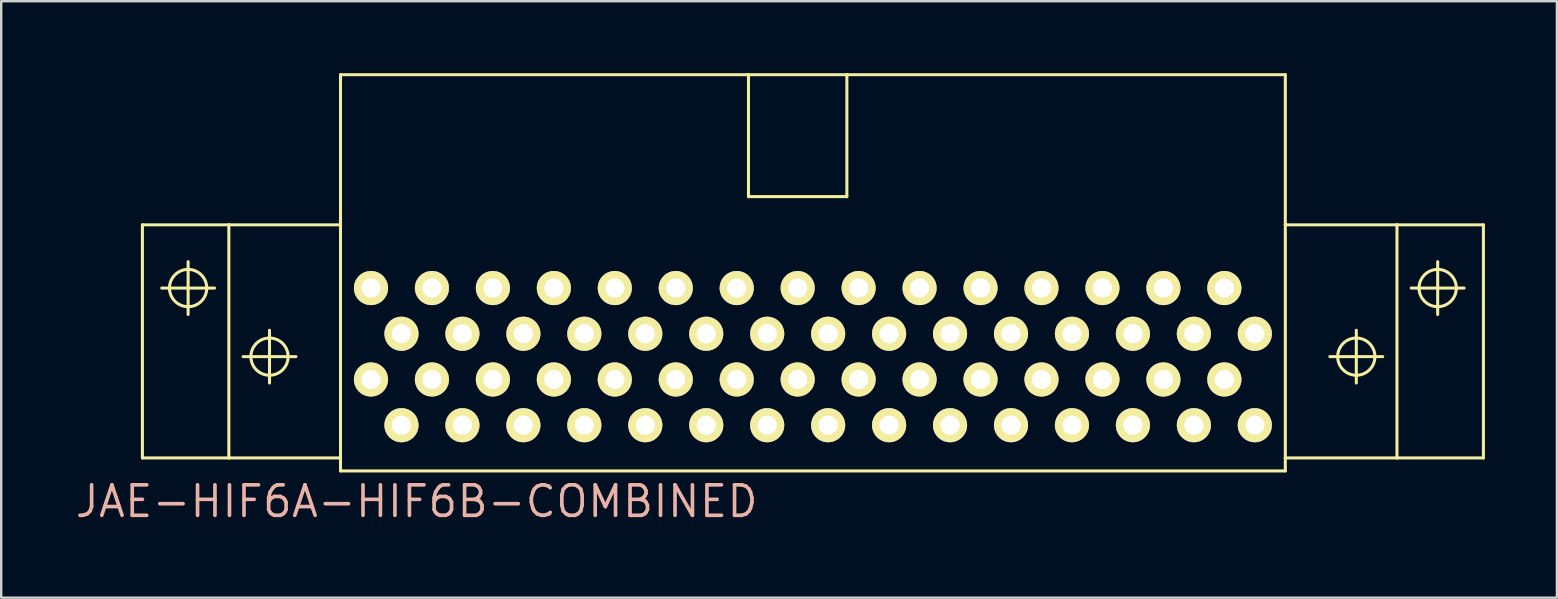
<source format=kicad_pcb>
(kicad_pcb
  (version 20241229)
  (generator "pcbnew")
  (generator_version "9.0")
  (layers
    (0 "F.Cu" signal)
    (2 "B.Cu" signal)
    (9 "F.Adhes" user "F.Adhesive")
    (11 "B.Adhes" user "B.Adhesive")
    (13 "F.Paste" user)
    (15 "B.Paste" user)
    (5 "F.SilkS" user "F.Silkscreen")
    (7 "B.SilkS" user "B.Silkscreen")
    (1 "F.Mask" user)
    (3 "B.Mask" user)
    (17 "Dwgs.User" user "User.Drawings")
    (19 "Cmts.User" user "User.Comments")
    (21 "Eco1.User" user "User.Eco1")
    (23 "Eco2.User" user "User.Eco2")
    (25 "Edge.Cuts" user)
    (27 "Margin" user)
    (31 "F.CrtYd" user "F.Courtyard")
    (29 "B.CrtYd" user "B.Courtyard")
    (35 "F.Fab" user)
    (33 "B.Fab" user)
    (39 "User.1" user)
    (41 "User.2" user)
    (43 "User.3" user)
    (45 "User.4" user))
  (footprint "JAE-HIF6A-HIF6B-COMBINED"
    (layer "F.Cu")
    (at 30.189 11.493)
    (property "Reference" "JAE-HIF6A-HIF6B-COMBINED" (at -15.875 6.35 0) (layer "B.SilkS") (effects (font (size 1.27 1.27) (thickness 0.152))))
    (attr exclude_from_pos_files exclude_from_bom)
    (fp_line (start -27.305 -5.174) (end -23.703 -5.174) (stroke (width 0.127) (type solid)) (layer "F.SilkS"))
    (fp_line (start -27.305 4.539) (end -27.305 -5.174) (stroke (width 0.127) (type solid)) (layer "F.SilkS"))
    (fp_line (start -26.5 -2.54) (end -24.298 -2.54) (stroke (width 0.127) (type solid)) (layer "F.SilkS"))
    (fp_line (start -25.4 -1.438) (end -25.4 -3.64) (stroke (width 0.127) (type solid)) (layer "F.SilkS"))
    (fp_line (start -23.703 -5.174) (end -19.05 -5.174) (stroke (width 0.127) (type solid)) (layer "F.SilkS"))
    (fp_line (start -23.703 4.539) (end -27.305 4.539) (stroke (width 0.127) (type solid)) (layer "F.SilkS"))
    (fp_line (start -23.703 4.539) (end -23.703 -5.174) (stroke (width 0.127) (type solid)) (layer "F.SilkS"))
    (fp_line (start -23.109 0.318) (end -20.907 0.318) (stroke (width 0.127) (type solid)) (layer "F.SilkS"))
    (fp_line (start -22.009 1.417) (end -22.009 -0.782) (stroke (width 0.127) (type solid)) (layer "F.SilkS"))
    (fp_line (start -19.05 -11.43) (end -19.05 -5.174) (stroke (width 0.127) (type solid)) (layer "F.SilkS"))
    (fp_line (start -19.05 -5.174) (end -19.05 4.539) (stroke (width 0.127) (type solid)) (layer "F.SilkS"))
    (fp_line (start -19.05 4.539) (end -23.703 4.539) (stroke (width 0.127) (type solid)) (layer "F.SilkS"))
    (fp_line (start -19.05 4.539) (end -19.05 5.08) (stroke (width 0.127) (type solid)) (layer "F.SilkS"))
    (fp_line (start -19.05 5.08) (end 20.32 5.08) (stroke (width 0.127) (type solid)) (layer "F.SilkS"))
    (fp_line (start -2.05 -11.43) (end -19.05 -11.43) (stroke (width 0.127) (type solid)) (layer "F.SilkS"))
    (fp_line (start -2.05 -11.43) (end -2.05 -6.35) (stroke (width 0.127) (type solid)) (layer "F.SilkS"))
    (fp_line (start -2.05 -6.35) (end 2.05 -6.35) (stroke (width 0.127) (type solid)) (layer "F.SilkS"))
    (fp_line (start 2.05 -11.43) (end -2.05 -11.43) (stroke (width 0.127) (type solid)) (layer "F.SilkS"))
    (fp_line (start 2.05 -6.35) (end 2.05 -11.43) (stroke (width 0.127) (type solid)) (layer "F.SilkS"))
    (fp_line (start 20.32 -11.43) (end 2.05 -11.43) (stroke (width 0.127) (type solid)) (layer "F.SilkS"))
    (fp_line (start 20.32 -5.174) (end 20.32 -11.43) (stroke (width 0.127) (type solid)) (layer "F.SilkS"))
    (fp_line (start 20.32 -5.174) (end 24.973 -5.174) (stroke (width 0.127) (type solid)) (layer "F.SilkS"))
    (fp_line (start 20.32 4.539) (end 20.32 -5.174) (stroke (width 0.127) (type solid)) (layer "F.SilkS"))
    (fp_line (start 20.32 5.08) (end 20.32 4.539) (stroke (width 0.127) (type solid)) (layer "F.SilkS"))
    (fp_line (start 22.177 0.318) (end 24.379 0.318) (stroke (width 0.127) (type solid)) (layer "F.SilkS"))
    (fp_line (start 23.279 1.417) (end 23.279 -0.782) (stroke (width 0.127) (type solid)) (layer "F.SilkS"))
    (fp_line (start 24.973 -5.174) (end 24.973 4.539) (stroke (width 0.127) (type solid)) (layer "F.SilkS"))
    (fp_line (start 24.973 -5.174) (end 28.575 -5.174) (stroke (width 0.127) (type solid)) (layer "F.SilkS"))
    (fp_line (start 24.973 4.539) (end 20.32 4.539) (stroke (width 0.127) (type solid)) (layer "F.SilkS"))
    (fp_line (start 25.568 -2.54) (end 27.77 -2.54) (stroke (width 0.127) (type solid)) (layer "F.SilkS"))
    (fp_line (start 26.67 -1.438) (end 26.67 -3.64) (stroke (width 0.127) (type solid)) (layer "F.SilkS"))
    (fp_line (start 28.575 -5.174) (end 28.575 4.539) (stroke (width 0.127) (type solid)) (layer "F.SilkS"))
    (fp_line (start 28.575 4.539) (end 24.973 4.539) (stroke (width 0.127) (type solid)) (layer "F.SilkS"))
    (fp_circle (center -25.4 -2.54) (end -25.949 -3.089) (stroke (width 0.127) (type solid)) (fill no) (layer "F.SilkS"))
    (fp_circle (center -22.009 0.318) (end -22.558 0.866) (stroke (width 0.127) (type solid)) (fill no) (layer "F.SilkS"))
    (fp_circle (center 23.279 0.318) (end 23.828 0.866) (stroke (width 0.127) (type solid)) (fill no) (layer "F.SilkS"))
    (fp_circle (center 26.67 -2.54) (end 27.219 -3.089) (stroke (width 0.127) (type solid)) (fill no) (layer "F.SilkS"))
    (pad "1" thru_hole circle (at 19.05 3.175) (size 1.422 1.422) (drill 0.798) (layers "*.Cu" "F.Mask" "F.SilkS" "F.Paste"))
    (pad "2" thru_hole circle (at 17.78 1.27) (size 1.422 1.422) (drill 0.798) (layers "*.Cu" "F.Mask" "F.SilkS" "F.Paste"))
    (pad "3" thru_hole circle (at 16.51 3.175) (size 1.422 1.422) (drill 0.798) (layers "*.Cu" "F.Mask" "F.SilkS" "F.Paste"))
    (pad "4" thru_hole circle (at 15.24 1.27) (size 1.422 1.422) (drill 0.798) (layers "*.Cu" "F.Mask" "F.SilkS" "F.Paste"))
    (pad "5" thru_hole circle (at 13.97 3.175) (size 1.422 1.422) (drill 0.798) (layers "*.Cu" "F.Mask" "F.SilkS" "F.Paste"))
    (pad "6" thru_hole circle (at 12.7 1.27) (size 1.422 1.422) (drill 0.798) (layers "*.Cu" "F.Mask" "F.SilkS" "F.Paste"))
    (pad "7" thru_hole circle (at 11.43 3.175) (size 1.422 1.422) (drill 0.798) (layers "*.Cu" "F.Mask" "F.SilkS" "F.Paste"))
    (pad "8" thru_hole circle (at 10.16 1.27) (size 1.422 1.422) (drill 0.798) (layers "*.Cu" "F.Mask" "F.SilkS" "F.Paste"))
    (pad "9" thru_hole circle (at 8.89 3.175) (size 1.422 1.422) (drill 0.798) (layers "*.Cu" "F.Mask" "F.SilkS" "F.Paste"))
    (pad "10" thru_hole circle (at 7.62 1.27) (size 1.422 1.422) (drill 0.798) (layers "*.Cu" "F.Mask" "F.SilkS" "F.Paste"))
    (pad "11" thru_hole circle (at 6.35 3.175) (size 1.422 1.422) (drill 0.798) (layers "*.Cu" "F.Mask" "F.SilkS" "F.Paste"))
    (pad "12" thru_hole circle (at 5.08 1.27) (size 1.422 1.422) (drill 0.798) (layers "*.Cu" "F.Mask" "F.SilkS" "F.Paste"))
    (pad "13" thru_hole circle (at 3.81 3.175) (size 1.422 1.422) (drill 0.798) (layers "*.Cu" "F.Mask" "F.SilkS" "F.Paste"))
    (pad "14" thru_hole circle (at 2.54 1.27) (size 1.422 1.422) (drill 0.798) (layers "*.Cu" "F.Mask" "F.SilkS" "F.Paste"))
    (pad "15" thru_hole circle (at 1.27 3.175) (size 1.422 1.422) (drill 0.798) (layers "*.Cu" "F.Mask" "F.SilkS" "F.Paste"))
    (pad "16" thru_hole circle (at 0 1.27) (size 1.422 1.422) (drill 0.798) (layers "*.Cu" "F.Mask" "F.SilkS" "F.Paste"))
    (pad "17" thru_hole circle (at -1.27 3.175) (size 1.422 1.422) (drill 0.798) (layers "*.Cu" "F.Mask" "F.SilkS" "F.Paste"))
    (pad "18" thru_hole circle (at -2.54 1.27) (size 1.422 1.422) (drill 0.798) (layers "*.Cu" "F.Mask" "F.SilkS" "F.Paste"))
    (pad "19" thru_hole circle (at -3.81 3.175) (size 1.422 1.422) (drill 0.798) (layers "*.Cu" "F.Mask" "F.SilkS" "F.Paste"))
    (pad "20" thru_hole circle (at -5.08 1.27) (size 1.422 1.422) (drill 0.798) (layers "*.Cu" "F.Mask" "F.SilkS" "F.Paste"))
    (pad "21" thru_hole circle (at -6.35 3.175) (size 1.422 1.422) (drill 0.798) (layers "*.Cu" "F.Mask" "F.SilkS" "F.Paste"))
    (pad "22" thru_hole circle (at -7.62 1.27) (size 1.422 1.422) (drill 0.798) (layers "*.Cu" "F.Mask" "F.SilkS" "F.Paste"))
    (pad "23" thru_hole circle (at -8.89 3.175) (size 1.422 1.422) (drill 0.798) (layers "*.Cu" "F.Mask" "F.SilkS" "F.Paste"))
    (pad "24" thru_hole circle (at -10.16 1.27) (size 1.422 1.422) (drill 0.798) (layers "*.Cu" "F.Mask" "F.SilkS" "F.Paste"))
    (pad "25" thru_hole circle (at -11.43 3.175) (size 1.422 1.422) (drill 0.798) (layers "*.Cu" "F.Mask" "F.SilkS" "F.Paste"))
    (pad "26" thru_hole circle (at -12.7 1.27) (size 1.422 1.422) (drill 0.798) (layers "*.Cu" "F.Mask" "F.SilkS" "F.Paste"))
    (pad "27" thru_hole circle (at -13.97 3.175) (size 1.422 1.422) (drill 0.798) (layers "*.Cu" "F.Mask" "F.SilkS" "F.Paste"))
    (pad "28" thru_hole circle (at -15.24 1.27) (size 1.422 1.422) (drill 0.798) (layers "*.Cu" "F.Mask" "F.SilkS" "F.Paste"))
    (pad "29" thru_hole circle (at -16.51 3.175) (size 1.422 1.422) (drill 0.798) (layers "*.Cu" "F.Mask" "F.SilkS" "F.Paste"))
    (pad "30" thru_hole circle (at -17.78 1.27) (size 1.422 1.422) (drill 0.798) (layers "*.Cu" "F.Mask" "F.SilkS" "F.Paste"))
    (pad "31" thru_hole circle (at 19.05 -0.635) (size 1.422 1.422) (drill 0.798) (layers "*.Cu" "F.Mask" "F.SilkS" "F.Paste"))
    (pad "32" thru_hole circle (at 17.78 -2.54) (size 1.422 1.422) (drill 0.798) (layers "*.Cu" "F.Mask" "F.SilkS" "F.Paste"))
    (pad "33" thru_hole circle (at 16.51 -0.635) (size 1.422 1.422) (drill 0.798) (layers "*.Cu" "F.Mask" "F.SilkS" "F.Paste"))
    (pad "34" thru_hole circle (at 15.24 -2.54) (size 1.422 1.422) (drill 0.798) (layers "*.Cu" "F.Mask" "F.SilkS" "F.Paste"))
    (pad "35" thru_hole circle (at 13.97 -0.635) (size 1.422 1.422) (drill 0.798) (layers "*.Cu" "F.Mask" "F.SilkS" "F.Paste"))
    (pad "36" thru_hole circle (at 12.7 -2.54) (size 1.422 1.422) (drill 0.798) (layers "*.Cu" "F.Mask" "F.SilkS" "F.Paste"))
    (pad "37" thru_hole circle (at 11.43 -0.635) (size 1.422 1.422) (drill 0.798) (layers "*.Cu" "F.Mask" "F.SilkS" "F.Paste"))
    (pad "38" thru_hole circle (at 10.16 -2.54) (size 1.422 1.422) (drill 0.798) (layers "*.Cu" "F.Mask" "F.SilkS" "F.Paste"))
    (pad "39" thru_hole circle (at 8.89 -0.635) (size 1.422 1.422) (drill 0.798) (layers "*.Cu" "F.Mask" "F.SilkS" "F.Paste"))
    (pad "40" thru_hole circle (at 7.62 -2.54) (size 1.422 1.422) (drill 0.798) (layers "*.Cu" "F.Mask" "F.SilkS" "F.Paste"))
    (pad "41" thru_hole circle (at 6.35 -0.635) (size 1.422 1.422) (drill 0.798) (layers "*.Cu" "F.Mask" "F.SilkS" "F.Paste"))
    (pad "42" thru_hole circle (at 5.08 -2.54) (size 1.422 1.422) (drill 0.798) (layers "*.Cu" "F.Mask" "F.SilkS" "F.Paste"))
    (pad "43" thru_hole circle (at 3.81 -0.635) (size 1.422 1.422) (drill 0.798) (layers "*.Cu" "F.Mask" "F.SilkS" "F.Paste"))
    (pad "44" thru_hole circle (at 2.54 -2.54) (size 1.422 1.422) (drill 0.798) (layers "*.Cu" "F.Mask" "F.SilkS" "F.Paste"))
    (pad "45" thru_hole circle (at 1.27 -0.635) (size 1.422 1.422) (drill 0.798) (layers "*.Cu" "F.Mask" "F.SilkS" "F.Paste"))
    (pad "46" thru_hole circle (at 0 -2.54) (size 1.422 1.422) (drill 0.798) (layers "*.Cu" "F.Mask" "F.SilkS" "F.Paste"))
    (pad "47" thru_hole circle (at -1.27 -0.635) (size 1.422 1.422) (drill 0.798) (layers "*.Cu" "F.Mask" "F.SilkS" "F.Paste"))
    (pad "48" thru_hole circle (at -2.54 -2.54) (size 1.422 1.422) (drill 0.798) (layers "*.Cu" "F.Mask" "F.SilkS" "F.Paste"))
    (pad "49" thru_hole circle (at -3.81 -0.635) (size 1.422 1.422) (drill 0.798) (layers "*.Cu" "F.Mask" "F.SilkS" "F.Paste"))
    (pad "50" thru_hole circle (at -5.08 -2.54) (size 1.422 1.422) (drill 0.798) (layers "*.Cu" "F.Mask" "F.SilkS" "F.Paste"))
    (pad "51" thru_hole circle (at -6.35 -0.635) (size 1.422 1.422) (drill 0.798) (layers "*.Cu" "F.Mask" "F.SilkS" "F.Paste"))
    (pad "52" thru_hole circle (at -7.62 -2.54) (size 1.422 1.422) (drill 0.798) (layers "*.Cu" "F.Mask" "F.SilkS" "F.Paste"))
    (pad "53" thru_hole circle (at -8.89 -0.635) (size 1.422 1.422) (drill 0.798) (layers "*.Cu" "F.Mask" "F.SilkS" "F.Paste"))
    (pad "54" thru_hole circle (at -10.16 -2.54) (size 1.422 1.422) (drill 0.798) (layers "*.Cu" "F.Mask" "F.SilkS" "F.Paste"))
    (pad "55" thru_hole circle (at -11.43 -0.635) (size 1.422 1.422) (drill 0.798) (layers "*.Cu" "F.Mask" "F.SilkS" "F.Paste"))
    (pad "56" thru_hole circle (at -12.7 -2.54) (size 1.422 1.422) (drill 0.798) (layers "*.Cu" "F.Mask" "F.SilkS" "F.Paste"))
    (pad "57" thru_hole circle (at -13.97 -0.635) (size 1.422 1.422) (drill 0.798) (layers "*.Cu" "F.Mask" "F.SilkS" "F.Paste"))
    (pad "58" thru_hole circle (at -15.24 -2.54) (size 1.422 1.422) (drill 0.798) (layers "*.Cu" "F.Mask" "F.SilkS" "F.Paste"))
    (pad "59" thru_hole circle (at -16.51 -0.635) (size 1.422 1.422) (drill 0.798) (layers "*.Cu" "F.Mask" "F.SilkS" "F.Paste"))
    (pad "60" thru_hole circle (at -17.78 -2.54) (size 1.422 1.422) (drill 0.798) (layers "*.Cu" "F.Mask" "F.SilkS" "F.Paste")))
  (gr_rect
    (start -3 -3)
    (end 61.827 21.854)
    (stroke (width 0.1) (type default))
    (fill no)
    (layer "Edge.Cuts")))
</source>
